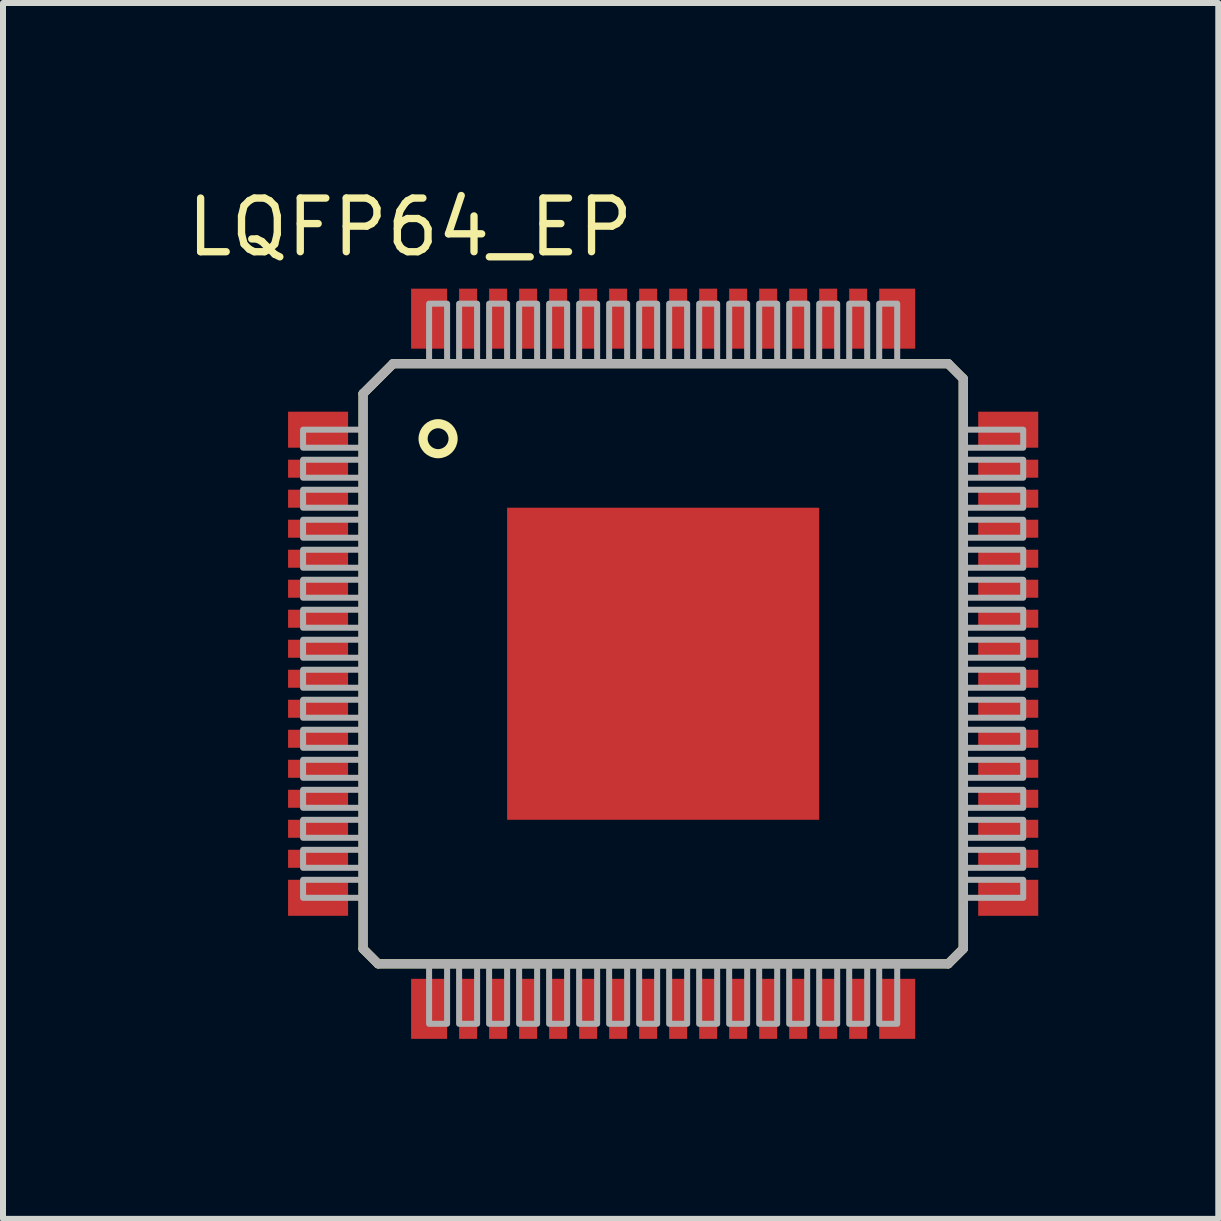
<source format=kicad_pcb>
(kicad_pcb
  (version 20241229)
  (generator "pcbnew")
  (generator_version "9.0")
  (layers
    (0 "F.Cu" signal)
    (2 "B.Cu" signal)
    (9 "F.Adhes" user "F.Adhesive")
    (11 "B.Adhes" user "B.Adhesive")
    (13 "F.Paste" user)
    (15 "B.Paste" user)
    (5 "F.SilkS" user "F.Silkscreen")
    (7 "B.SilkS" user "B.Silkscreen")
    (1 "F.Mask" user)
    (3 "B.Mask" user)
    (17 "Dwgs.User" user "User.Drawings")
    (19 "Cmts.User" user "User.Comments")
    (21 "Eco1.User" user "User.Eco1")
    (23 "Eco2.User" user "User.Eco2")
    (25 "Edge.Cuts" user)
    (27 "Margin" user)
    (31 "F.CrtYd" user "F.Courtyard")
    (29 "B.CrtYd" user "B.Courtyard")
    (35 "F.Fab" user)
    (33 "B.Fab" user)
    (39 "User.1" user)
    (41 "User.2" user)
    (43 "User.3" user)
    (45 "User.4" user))
  (footprint "LQFP64_EP"
    (layer "F.Cu")
    (at 8 8.01)
    (property "Reference" "LQFP64_EP" (at -8 -6.75 0) (layer "F.SilkS") (effects (font (size 0.894 0.894) (thickness 0.122)) (justify left bottom)))
    (fp_line (start -5 -4.5) (end -4.5 -5) (stroke (width 0.152) (type solid)) (layer "F.SilkS"))
    (fp_line (start -5 4.75) (end -5 -4.5) (stroke (width 0.152) (type solid)) (layer "F.SilkS"))
    (fp_line (start -4.75 5) (end -5 4.75) (stroke (width 0.152) (type solid)) (layer "F.SilkS"))
    (fp_line (start -4.75 5) (end 4.75 5) (stroke (width 0.152) (type solid)) (layer "F.SilkS"))
    (fp_line (start -4.5 -5) (end 4.75 -5) (stroke (width 0.152) (type solid)) (layer "F.SilkS"))
    (fp_line (start 4.75 -5) (end 5 -4.75) (stroke (width 0.152) (type solid)) (layer "F.SilkS"))
    (fp_line (start 5 4.75) (end 4.75 5) (stroke (width 0.152) (type solid)) (layer "F.SilkS"))
    (fp_line (start 5 4.75) (end 5 -4.75) (stroke (width 0.152) (type solid)) (layer "F.SilkS"))
    (fp_circle (center -3.75 -3.75) (end -3.5 -3.75) (stroke (width 0.152) (type solid)) (fill no) (layer "F.SilkS"))
    (fp_line (start -5 -4.5) (end -4.5 -5) (stroke (width 0.152) (type solid)) (layer "F.Fab"))
    (fp_line (start -5 4.75) (end -5 -4.5) (stroke (width 0.152) (type solid)) (layer "F.Fab"))
    (fp_line (start -4.75 5) (end -5 4.75) (stroke (width 0.152) (type solid)) (layer "F.Fab"))
    (fp_line (start -4.5 -5) (end 4.75 -5) (stroke (width 0.152) (type solid)) (layer "F.Fab"))
    (fp_line (start 4.75 -5) (end 5 -4.75) (stroke (width 0.152) (type solid)) (layer "F.Fab"))
    (fp_line (start 4.75 5) (end -4.75 5) (stroke (width 0.152) (type solid)) (layer "F.Fab"))
    (fp_line (start 5 -4.75) (end 5 4.75) (stroke (width 0.152) (type solid)) (layer "F.Fab"))
    (fp_line (start 5 4.75) (end 4.75 5) (stroke (width 0.152) (type solid)) (layer "F.Fab"))
    (fp_poly (pts (xy -6 -3.6) (xy -5 -3.6) (xy -5 -3.9) (xy -6 -3.9)) (stroke (width 0.1) (type solid)) (fill no) (layer "F.Fab"))
    (fp_poly (pts (xy -6 -3.1) (xy -5 -3.1) (xy -5 -3.4) (xy -6 -3.4)) (stroke (width 0.1) (type solid)) (fill no) (layer "F.Fab"))
    (fp_poly (pts (xy -6 -2.6) (xy -5 -2.6) (xy -5 -2.9) (xy -6 -2.9)) (stroke (width 0.1) (type solid)) (fill no) (layer "F.Fab"))
    (fp_poly (pts (xy -6 -2.1) (xy -5 -2.1) (xy -5 -2.4) (xy -6 -2.4)) (stroke (width 0.1) (type solid)) (fill no) (layer "F.Fab"))
    (fp_poly (pts (xy -6 -1.6) (xy -5 -1.6) (xy -5 -1.9) (xy -6 -1.9)) (stroke (width 0.1) (type solid)) (fill no) (layer "F.Fab"))
    (fp_poly (pts (xy -6 -1.1) (xy -5 -1.1) (xy -5 -1.4) (xy -6 -1.4)) (stroke (width 0.1) (type solid)) (fill no) (layer "F.Fab"))
    (fp_poly (pts (xy -6 -0.6) (xy -5 -0.6) (xy -5 -0.9) (xy -6 -0.9)) (stroke (width 0.1) (type solid)) (fill no) (layer "F.Fab"))
    (fp_poly (pts (xy -6 -0.1) (xy -5 -0.1) (xy -5 -0.4) (xy -6 -0.4)) (stroke (width 0.1) (type solid)) (fill no) (layer "F.Fab"))
    (fp_poly (pts (xy -6 0.4) (xy -5 0.4) (xy -5 0.1) (xy -6 0.1)) (stroke (width 0.1) (type solid)) (fill no) (layer "F.Fab"))
    (fp_poly (pts (xy -6 0.9) (xy -5 0.9) (xy -5 0.6) (xy -6 0.6)) (stroke (width 0.1) (type solid)) (fill no) (layer "F.Fab"))
    (fp_poly (pts (xy -6 1.4) (xy -5 1.4) (xy -5 1.1) (xy -6 1.1)) (stroke (width 0.1) (type solid)) (fill no) (layer "F.Fab"))
    (fp_poly (pts (xy -6 1.9) (xy -5 1.9) (xy -5 1.6) (xy -6 1.6)) (stroke (width 0.1) (type solid)) (fill no) (layer "F.Fab"))
    (fp_poly (pts (xy -6 2.4) (xy -5 2.4) (xy -5 2.1) (xy -6 2.1)) (stroke (width 0.1) (type solid)) (fill no) (layer "F.Fab"))
    (fp_poly (pts (xy -6 2.9) (xy -5 2.9) (xy -5 2.6) (xy -6 2.6)) (stroke (width 0.1) (type solid)) (fill no) (layer "F.Fab"))
    (fp_poly (pts (xy -6 3.4) (xy -5 3.4) (xy -5 3.1) (xy -6 3.1)) (stroke (width 0.1) (type solid)) (fill no) (layer "F.Fab"))
    (fp_poly (pts (xy -6 3.9) (xy -5 3.9) (xy -5 3.6) (xy -6 3.6)) (stroke (width 0.1) (type solid)) (fill no) (layer "F.Fab"))
    (fp_poly (pts (xy -3.9 -6) (xy -3.9 -5) (xy -3.6 -5) (xy -3.6 -6)) (stroke (width 0.1) (type solid)) (fill no) (layer "F.Fab"))
    (fp_poly (pts (xy -3.6 6) (xy -3.6 5) (xy -3.9 5) (xy -3.9 6)) (stroke (width 0.1) (type solid)) (fill no) (layer "F.Fab"))
    (fp_poly (pts (xy -3.4 -6) (xy -3.4 -5) (xy -3.1 -5) (xy -3.1 -6)) (stroke (width 0.1) (type solid)) (fill no) (layer "F.Fab"))
    (fp_poly (pts (xy -3.1 6) (xy -3.1 5) (xy -3.4 5) (xy -3.4 6)) (stroke (width 0.1) (type solid)) (fill no) (layer "F.Fab"))
    (fp_poly (pts (xy -2.9 -6) (xy -2.9 -5) (xy -2.6 -5) (xy -2.6 -6)) (stroke (width 0.1) (type solid)) (fill no) (layer "F.Fab"))
    (fp_poly (pts (xy -2.6 6) (xy -2.6 5) (xy -2.9 5) (xy -2.9 6)) (stroke (width 0.1) (type solid)) (fill no) (layer "F.Fab"))
    (fp_poly (pts (xy -2.4 -6) (xy -2.4 -5) (xy -2.1 -5) (xy -2.1 -6)) (stroke (width 0.1) (type solid)) (fill no) (layer "F.Fab"))
    (fp_poly (pts (xy -2.1 6) (xy -2.1 5) (xy -2.4 5) (xy -2.4 6)) (stroke (width 0.1) (type solid)) (fill no) (layer "F.Fab"))
    (fp_poly (pts (xy -1.9 -6) (xy -1.9 -5) (xy -1.6 -5) (xy -1.6 -6)) (stroke (width 0.1) (type solid)) (fill no) (layer "F.Fab"))
    (fp_poly (pts (xy -1.6 6) (xy -1.6 5) (xy -1.9 5) (xy -1.9 6)) (stroke (width 0.1) (type solid)) (fill no) (layer "F.Fab"))
    (fp_poly (pts (xy -1.4 -6) (xy -1.4 -5) (xy -1.1 -5) (xy -1.1 -6)) (stroke (width 0.1) (type solid)) (fill no) (layer "F.Fab"))
    (fp_poly (pts (xy -1.1 6) (xy -1.1 5) (xy -1.4 5) (xy -1.4 6)) (stroke (width 0.1) (type solid)) (fill no) (layer "F.Fab"))
    (fp_poly (pts (xy -0.9 -6) (xy -0.9 -5) (xy -0.6 -5) (xy -0.6 -6)) (stroke (width 0.1) (type solid)) (fill no) (layer "F.Fab"))
    (fp_poly (pts (xy -0.6 6) (xy -0.6 5) (xy -0.9 5) (xy -0.9 6)) (stroke (width 0.1) (type solid)) (fill no) (layer "F.Fab"))
    (fp_poly (pts (xy -0.4 -6) (xy -0.4 -5) (xy -0.1 -5) (xy -0.1 -6)) (stroke (width 0.1) (type solid)) (fill no) (layer "F.Fab"))
    (fp_poly (pts (xy -0.1 6) (xy -0.1 5) (xy -0.4 5) (xy -0.4 6)) (stroke (width 0.1) (type solid)) (fill no) (layer "F.Fab"))
    (fp_poly (pts (xy 0.1 -6) (xy 0.1 -5) (xy 0.4 -5) (xy 0.4 -6)) (stroke (width 0.1) (type solid)) (fill no) (layer "F.Fab"))
    (fp_poly (pts (xy 0.4 6) (xy 0.4 5) (xy 0.1 5) (xy 0.1 6)) (stroke (width 0.1) (type solid)) (fill no) (layer "F.Fab"))
    (fp_poly (pts (xy 0.6 -6) (xy 0.6 -5) (xy 0.9 -5) (xy 0.9 -6)) (stroke (width 0.1) (type solid)) (fill no) (layer "F.Fab"))
    (fp_poly (pts (xy 0.9 6) (xy 0.9 5) (xy 0.6 5) (xy 0.6 6)) (stroke (width 0.1) (type solid)) (fill no) (layer "F.Fab"))
    (fp_poly (pts (xy 1.1 -6) (xy 1.1 -5) (xy 1.4 -5) (xy 1.4 -6)) (stroke (width 0.1) (type solid)) (fill no) (layer "F.Fab"))
    (fp_poly (pts (xy 1.4 6) (xy 1.4 5) (xy 1.1 5) (xy 1.1 6)) (stroke (width 0.1) (type solid)) (fill no) (layer "F.Fab"))
    (fp_poly (pts (xy 1.6 -6) (xy 1.6 -5) (xy 1.9 -5) (xy 1.9 -6)) (stroke (width 0.1) (type solid)) (fill no) (layer "F.Fab"))
    (fp_poly (pts (xy 1.9 6) (xy 1.9 5) (xy 1.6 5) (xy 1.6 6)) (stroke (width 0.1) (type solid)) (fill no) (layer "F.Fab"))
    (fp_poly (pts (xy 2.1 -6) (xy 2.1 -5) (xy 2.4 -5) (xy 2.4 -6)) (stroke (width 0.1) (type solid)) (fill no) (layer "F.Fab"))
    (fp_poly (pts (xy 2.4 6) (xy 2.4 5) (xy 2.1 5) (xy 2.1 6)) (stroke (width 0.1) (type solid)) (fill no) (layer "F.Fab"))
    (fp_poly (pts (xy 2.6 -6) (xy 2.6 -5) (xy 2.9 -5) (xy 2.9 -6)) (stroke (width 0.1) (type solid)) (fill no) (layer "F.Fab"))
    (fp_poly (pts (xy 2.9 6) (xy 2.9 5) (xy 2.6 5) (xy 2.6 6)) (stroke (width 0.1) (type solid)) (fill no) (layer "F.Fab"))
    (fp_poly (pts (xy 3.1 -6) (xy 3.1 -5) (xy 3.4 -5) (xy 3.4 -6)) (stroke (width 0.1) (type solid)) (fill no) (layer "F.Fab"))
    (fp_poly (pts (xy 3.4 6) (xy 3.4 5) (xy 3.1 5) (xy 3.1 6)) (stroke (width 0.1) (type solid)) (fill no) (layer "F.Fab"))
    (fp_poly (pts (xy 3.6 -6) (xy 3.6 -5) (xy 3.9 -5) (xy 3.9 -6)) (stroke (width 0.1) (type solid)) (fill no) (layer "F.Fab"))
    (fp_poly (pts (xy 3.9 6) (xy 3.9 5) (xy 3.6 5) (xy 3.6 6)) (stroke (width 0.1) (type solid)) (fill no) (layer "F.Fab"))
    (fp_poly (pts (xy 6 -3.9) (xy 5 -3.9) (xy 5 -3.6) (xy 6 -3.6)) (stroke (width 0.1) (type solid)) (fill no) (layer "F.Fab"))
    (fp_poly (pts (xy 6 -3.4) (xy 5 -3.4) (xy 5 -3.1) (xy 6 -3.1)) (stroke (width 0.1) (type solid)) (fill no) (layer "F.Fab"))
    (fp_poly (pts (xy 6 -2.9) (xy 5 -2.9) (xy 5 -2.6) (xy 6 -2.6)) (stroke (width 0.1) (type solid)) (fill no) (layer "F.Fab"))
    (fp_poly (pts (xy 6 -2.4) (xy 5 -2.4) (xy 5 -2.1) (xy 6 -2.1)) (stroke (width 0.1) (type solid)) (fill no) (layer "F.Fab"))
    (fp_poly (pts (xy 6 -1.9) (xy 5 -1.9) (xy 5 -1.6) (xy 6 -1.6)) (stroke (width 0.1) (type solid)) (fill no) (layer "F.Fab"))
    (fp_poly (pts (xy 6 -1.4) (xy 5 -1.4) (xy 5 -1.1) (xy 6 -1.1)) (stroke (width 0.1) (type solid)) (fill no) (layer "F.Fab"))
    (fp_poly (pts (xy 6 -0.9) (xy 5 -0.9) (xy 5 -0.6) (xy 6 -0.6)) (stroke (width 0.1) (type solid)) (fill no) (layer "F.Fab"))
    (fp_poly (pts (xy 6 -0.4) (xy 5 -0.4) (xy 5 -0.1) (xy 6 -0.1)) (stroke (width 0.1) (type solid)) (fill no) (layer "F.Fab"))
    (fp_poly (pts (xy 6 0.1) (xy 5 0.1) (xy 5 0.4) (xy 6 0.4)) (stroke (width 0.1) (type solid)) (fill no) (layer "F.Fab"))
    (fp_poly (pts (xy 6 0.6) (xy 5 0.6) (xy 5 0.9) (xy 6 0.9)) (stroke (width 0.1) (type solid)) (fill no) (layer "F.Fab"))
    (fp_poly (pts (xy 6 1.1) (xy 5 1.1) (xy 5 1.4) (xy 6 1.4)) (stroke (width 0.1) (type solid)) (fill no) (layer "F.Fab"))
    (fp_poly (pts (xy 6 1.6) (xy 5 1.6) (xy 5 1.9) (xy 6 1.9)) (stroke (width 0.1) (type solid)) (fill no) (layer "F.Fab"))
    (fp_poly (pts (xy 6 2.1) (xy 5 2.1) (xy 5 2.4) (xy 6 2.4)) (stroke (width 0.1) (type solid)) (fill no) (layer "F.Fab"))
    (fp_poly (pts (xy 6 2.6) (xy 5 2.6) (xy 5 2.9) (xy 6 2.9)) (stroke (width 0.1) (type solid)) (fill no) (layer "F.Fab"))
    (fp_poly (pts (xy 6 3.1) (xy 5 3.1) (xy 5 3.4) (xy 6 3.4)) (stroke (width 0.1) (type solid)) (fill no) (layer "F.Fab"))
    (fp_poly (pts (xy 6 3.6) (xy 5 3.6) (xy 5 3.9) (xy 6 3.9)) (stroke (width 0.1) (type solid)) (fill no) (layer "F.Fab"))
    (pad "1" smd rect (at -5.75 -3.9) (size 1 0.6) (layers "F.Cu" "F.Mask" "F.Paste"))
    (pad "2" smd rect (at -5.75 -3.25) (size 1 0.3) (layers "F.Cu" "F.Mask" "F.Paste"))
    (pad "3" smd rect (at -5.75 -2.75) (size 1 0.3) (layers "F.Cu" "F.Mask" "F.Paste"))
    (pad "4" smd rect (at -5.75 -2.25) (size 1 0.3) (layers "F.Cu" "F.Mask" "F.Paste"))
    (pad "5" smd rect (at -5.75 -1.75) (size 1 0.3) (layers "F.Cu" "F.Mask" "F.Paste"))
    (pad "6" smd rect (at -5.75 -1.25) (size 1 0.3) (layers "F.Cu" "F.Mask" "F.Paste"))
    (pad "7" smd rect (at -5.75 -0.75) (size 1 0.3) (layers "F.Cu" "F.Mask" "F.Paste"))
    (pad "8" smd rect (at -5.75 -0.25) (size 1 0.3) (layers "F.Cu" "F.Mask" "F.Paste"))
    (pad "9" smd rect (at -5.75 0.25) (size 1 0.3) (layers "F.Cu" "F.Mask" "F.Paste"))
    (pad "10" smd rect (at -5.75 0.75) (size 1 0.3) (layers "F.Cu" "F.Mask" "F.Paste"))
    (pad "11" smd rect (at -5.75 1.25) (size 1 0.3) (layers "F.Cu" "F.Mask" "F.Paste"))
    (pad "12" smd rect (at -5.75 1.75) (size 1 0.3) (layers "F.Cu" "F.Mask" "F.Paste"))
    (pad "13" smd rect (at -5.75 2.25) (size 1 0.3) (layers "F.Cu" "F.Mask" "F.Paste"))
    (pad "14" smd rect (at -5.75 2.75) (size 1 0.3) (layers "F.Cu" "F.Mask" "F.Paste"))
    (pad "15" smd rect (at -5.75 3.25) (size 1 0.3) (layers "F.Cu" "F.Mask" "F.Paste"))
    (pad "16" smd rect (at -5.75 3.9) (size 1 0.6) (layers "F.Cu" "F.Mask" "F.Paste"))
    (pad "17" smd rect (at -3.9 5.75 270) (size 1 0.6) (layers "F.Cu" "F.Mask" "F.Paste"))
    (pad "18" smd rect (at -3.25 5.75 270) (size 1 0.3) (layers "F.Cu" "F.Mask" "F.Paste"))
    (pad "19" smd rect (at -2.75 5.75 270) (size 1 0.3) (layers "F.Cu" "F.Mask" "F.Paste"))
    (pad "20" smd rect (at -2.25 5.75 270) (size 1 0.3) (layers "F.Cu" "F.Mask" "F.Paste"))
    (pad "21" smd rect (at -1.75 5.75 270) (size 1 0.3) (layers "F.Cu" "F.Mask" "F.Paste"))
    (pad "22" smd rect (at -1.25 5.75 270) (size 1 0.3) (layers "F.Cu" "F.Mask" "F.Paste"))
    (pad "23" smd rect (at -0.75 5.75 270) (size 1 0.3) (layers "F.Cu" "F.Mask" "F.Paste"))
    (pad "24" smd rect (at -0.25 5.75 270) (size 1 0.3) (layers "F.Cu" "F.Mask" "F.Paste"))
    (pad "25" smd rect (at 0.25 5.75 270) (size 1 0.3) (layers "F.Cu" "F.Mask" "F.Paste"))
    (pad "26" smd rect (at 0.75 5.75 270) (size 1 0.3) (layers "F.Cu" "F.Mask" "F.Paste"))
    (pad "27" smd rect (at 1.25 5.75 270) (size 1 0.3) (layers "F.Cu" "F.Mask" "F.Paste"))
    (pad "28" smd rect (at 1.75 5.75 270) (size 1 0.3) (layers "F.Cu" "F.Mask" "F.Paste"))
    (pad "29" smd rect (at 2.25 5.75 270) (size 1 0.3) (layers "F.Cu" "F.Mask" "F.Paste"))
    (pad "30" smd rect (at 2.75 5.75 270) (size 1 0.3) (layers "F.Cu" "F.Mask" "F.Paste"))
    (pad "31" smd rect (at 3.25 5.75 270) (size 1 0.3) (layers "F.Cu" "F.Mask" "F.Paste"))
    (pad "32" smd rect (at 3.9 5.75 270) (size 1 0.6) (layers "F.Cu" "F.Mask" "F.Paste"))
    (pad "33" smd rect (at 5.75 3.9) (size 1 0.6) (layers "F.Cu" "F.Mask" "F.Paste"))
    (pad "34" smd rect (at 5.75 3.25) (size 1 0.3) (layers "F.Cu" "F.Mask" "F.Paste"))
    (pad "35" smd rect (at 5.75 2.75) (size 1 0.3) (layers "F.Cu" "F.Mask" "F.Paste"))
    (pad "36" smd rect (at 5.75 2.25) (size 1 0.3) (layers "F.Cu" "F.Mask" "F.Paste"))
    (pad "37" smd rect (at 5.75 1.75) (size 1 0.3) (layers "F.Cu" "F.Mask" "F.Paste"))
    (pad "38" smd rect (at 5.75 1.25) (size 1 0.3) (layers "F.Cu" "F.Mask" "F.Paste"))
    (pad "39" smd rect (at 5.75 0.75) (size 1 0.3) (layers "F.Cu" "F.Mask" "F.Paste"))
    (pad "40" smd rect (at 5.75 0.25) (size 1 0.3) (layers "F.Cu" "F.Mask" "F.Paste"))
    (pad "41" smd rect (at 5.75 -0.25) (size 1 0.3) (layers "F.Cu" "F.Mask" "F.Paste"))
    (pad "42" smd rect (at 5.75 -0.75) (size 1 0.3) (layers "F.Cu" "F.Mask" "F.Paste"))
    (pad "43" smd rect (at 5.75 -1.25) (size 1 0.3) (layers "F.Cu" "F.Mask" "F.Paste"))
    (pad "44" smd rect (at 5.75 -1.75) (size 1 0.3) (layers "F.Cu" "F.Mask" "F.Paste"))
    (pad "45" smd rect (at 5.75 -2.25) (size 1 0.3) (layers "F.Cu" "F.Mask" "F.Paste"))
    (pad "46" smd rect (at 5.75 -2.75) (size 1 0.3) (layers "F.Cu" "F.Mask" "F.Paste"))
    (pad "47" smd rect (at 5.75 -3.25) (size 1 0.3) (layers "F.Cu" "F.Mask" "F.Paste"))
    (pad "48" smd rect (at 5.75 -3.9) (size 1 0.6) (layers "F.Cu" "F.Mask" "F.Paste"))
    (pad "49" smd rect (at 3.9 -5.75 90) (size 1 0.6) (layers "F.Cu" "F.Mask" "F.Paste"))
    (pad "50" smd rect (at 3.25 -5.75 90) (size 1 0.3) (layers "F.Cu" "F.Mask" "F.Paste"))
    (pad "51" smd rect (at 2.75 -5.75 90) (size 1 0.3) (layers "F.Cu" "F.Mask" "F.Paste"))
    (pad "52" smd rect (at 2.25 -5.75 90) (size 1 0.3) (layers "F.Cu" "F.Mask" "F.Paste"))
    (pad "53" smd rect (at 1.75 -5.75 90) (size 1 0.3) (layers "F.Cu" "F.Mask" "F.Paste"))
    (pad "54" smd rect (at 1.25 -5.75 90) (size 1 0.3) (layers "F.Cu" "F.Mask" "F.Paste"))
    (pad "55" smd rect (at 0.75 -5.75 90) (size 1 0.3) (layers "F.Cu" "F.Mask" "F.Paste"))
    (pad "56" smd rect (at 0.25 -5.75 90) (size 1 0.3) (layers "F.Cu" "F.Mask" "F.Paste"))
    (pad "57" smd rect (at -0.25 -5.75 90) (size 1 0.3) (layers "F.Cu" "F.Mask" "F.Paste"))
    (pad "58" smd rect (at -0.75 -5.75 90) (size 1 0.3) (layers "F.Cu" "F.Mask" "F.Paste"))
    (pad "59" smd rect (at -1.25 -5.75 90) (size 1 0.3) (layers "F.Cu" "F.Mask" "F.Paste"))
    (pad "60" smd rect (at -1.75 -5.75 90) (size 1 0.3) (layers "F.Cu" "F.Mask" "F.Paste"))
    (pad "61" smd rect (at -2.25 -5.75 90) (size 1 0.3) (layers "F.Cu" "F.Mask" "F.Paste"))
    (pad "62" smd rect (at -2.75 -5.75 90) (size 1 0.3) (layers "F.Cu" "F.Mask" "F.Paste"))
    (pad "63" smd rect (at -3.25 -5.75 90) (size 1 0.3) (layers "F.Cu" "F.Mask" "F.Paste"))
    (pad "64" smd rect (at -3.9 -5.75 90) (size 1 0.6) (layers "F.Cu" "F.Mask" "F.Paste"))
    (pad "EXP" smd rect (at 0 0) (size 5.2 5.2) (layers "F.Cu" "F.Mask" "F.Paste")))
  (gr_rect
    (start -3 -3)
    (end 17.25 17.26)
    (stroke (width 0.1) (type default))
    (fill no)
    (layer "Edge.Cuts")))
</source>
